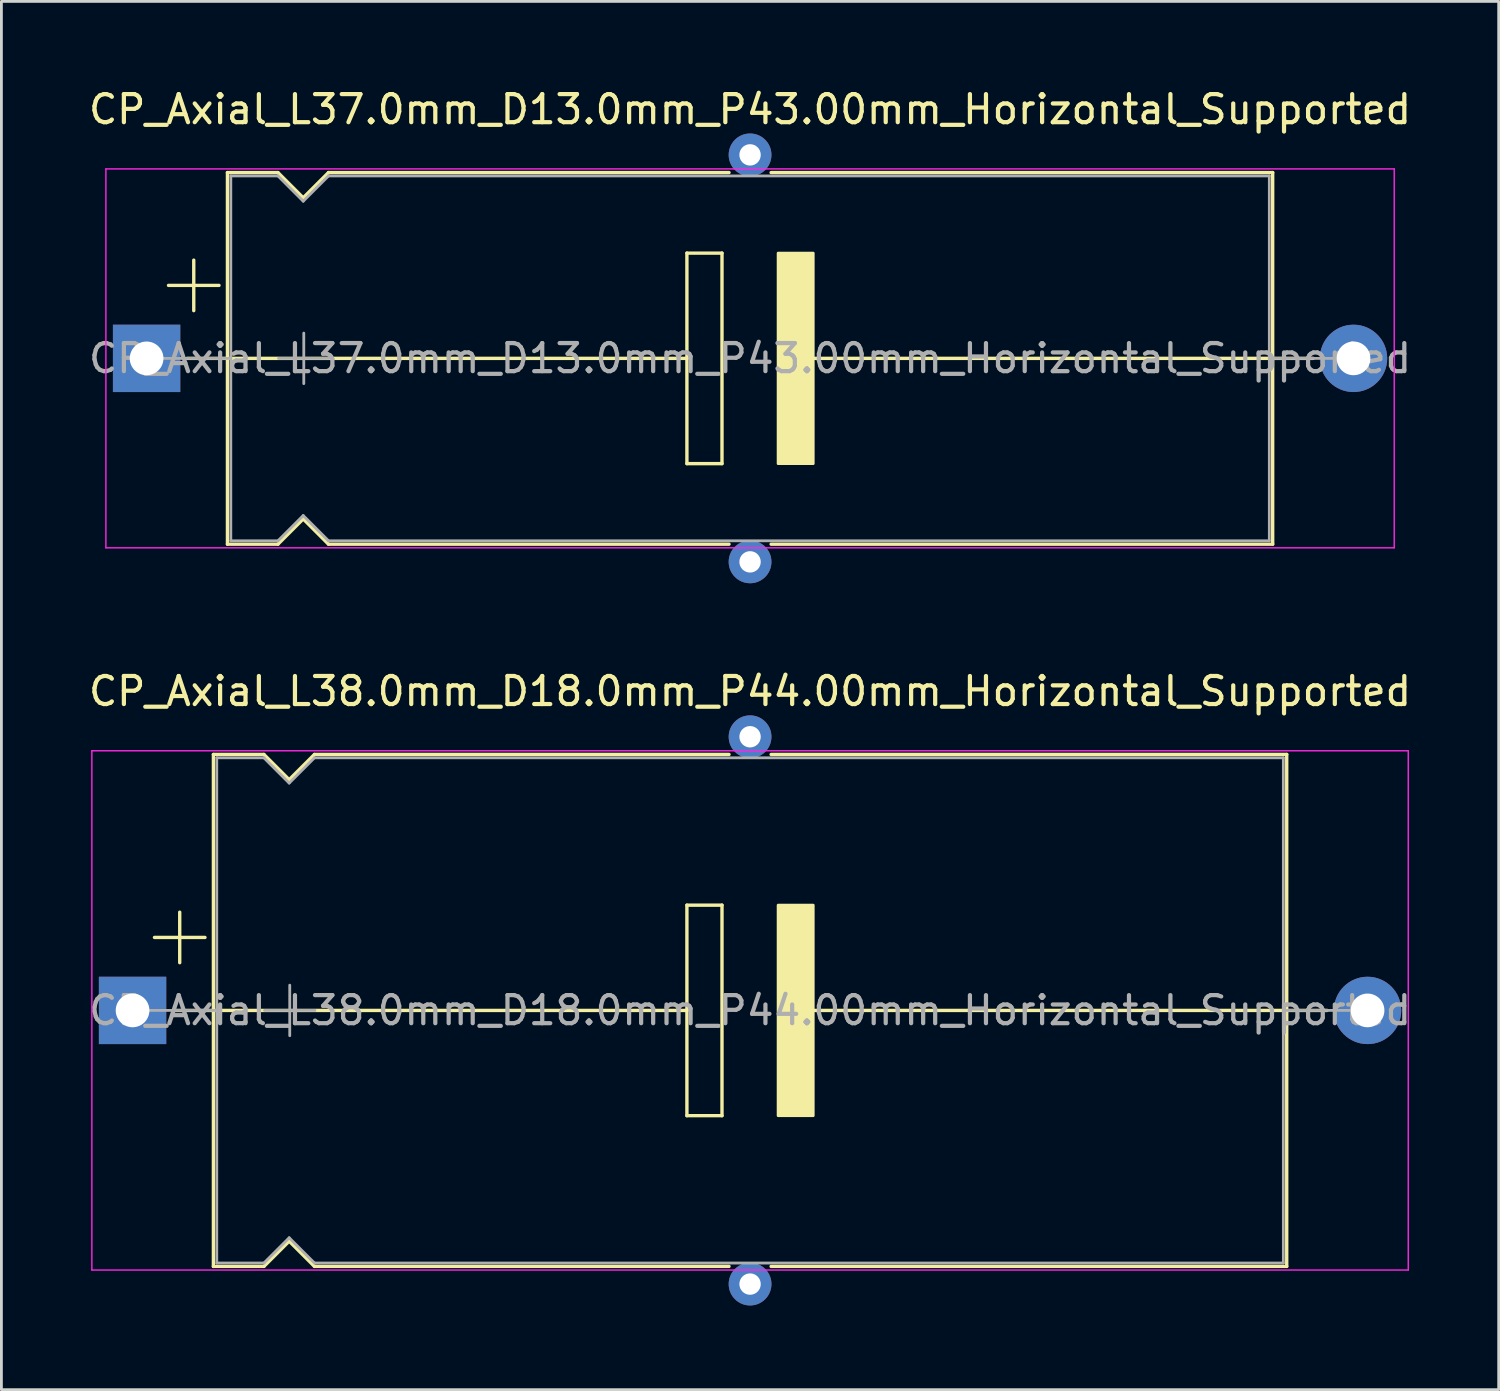
<source format=kicad_pcb>
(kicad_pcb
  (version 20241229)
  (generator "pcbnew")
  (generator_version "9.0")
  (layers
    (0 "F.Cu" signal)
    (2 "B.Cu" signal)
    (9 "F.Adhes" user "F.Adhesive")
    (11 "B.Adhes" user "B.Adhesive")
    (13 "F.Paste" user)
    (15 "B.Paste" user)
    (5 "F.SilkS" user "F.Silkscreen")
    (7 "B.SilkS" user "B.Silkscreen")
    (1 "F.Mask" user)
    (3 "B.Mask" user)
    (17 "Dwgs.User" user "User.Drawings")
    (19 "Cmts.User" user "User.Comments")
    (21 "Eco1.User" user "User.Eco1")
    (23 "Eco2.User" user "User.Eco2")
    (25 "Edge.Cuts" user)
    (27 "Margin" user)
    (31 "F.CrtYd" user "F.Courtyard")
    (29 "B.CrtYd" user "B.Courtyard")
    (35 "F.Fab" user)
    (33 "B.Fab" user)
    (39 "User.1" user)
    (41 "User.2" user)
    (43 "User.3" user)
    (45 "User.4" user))
  (footprint "CP_Axial_L37.0mm_D13.0mm_P43.00mm_Horizontal_Supported"
    (layer "F.Cu")
    (at 2.173 9.718)
    (property "Reference" "CP_Axial_L37.0mm_D13.0mm_P43.00mm_Horizontal_Supported" (at 21.5 -8.87 0) (layer "F.SilkS") (effects (font (size 1 1) (thickness 0.15))))
    (attr through_hole)
    (fp_line (start 0.78 -2.6) (end 2.58 -2.6) (stroke (width 0.12) (type solid)) (layer "F.SilkS"))
    (fp_line (start 1.44 0) (end 2.88 0) (stroke (width 0.12) (type solid)) (layer "F.SilkS"))
    (fp_line (start 1.68 -3.5) (end 1.68 -1.7) (stroke (width 0.12) (type solid)) (layer "F.SilkS"))
    (fp_line (start 2.88 -6.62) (end 2.88 6.62) (stroke (width 0.12) (type solid)) (layer "F.SilkS"))
    (fp_line (start 2.88 -6.62) (end 4.68 -6.62) (stroke (width 0.12) (type solid)) (layer "F.SilkS"))
    (fp_line (start 2.88 0) (end 19.25 0) (stroke (width 0.12) (type solid)) (layer "F.SilkS"))
    (fp_line (start 2.88 6.62) (end 4.68 6.62) (stroke (width 0.12) (type solid)) (layer "F.SilkS"))
    (fp_line (start 4.68 -6.62) (end 5.58 -5.72) (stroke (width 0.12) (type solid)) (layer "F.SilkS"))
    (fp_line (start 4.68 6.62) (end 5.58 5.72) (stroke (width 0.12) (type solid)) (layer "F.SilkS"))
    (fp_line (start 5.58 -5.72) (end 6.48 -6.62) (stroke (width 0.12) (type solid)) (layer "F.SilkS"))
    (fp_line (start 5.58 5.72) (end 6.48 6.62) (stroke (width 0.12) (type solid)) (layer "F.SilkS"))
    (fp_line (start 6.48 -6.62) (end 20.75 -6.62) (stroke (width 0.12) (type solid)) (layer "F.SilkS"))
    (fp_line (start 6.48 6.62) (end 20.75 6.62) (stroke (width 0.12) (type solid)) (layer "F.SilkS"))
    (fp_line (start 19.25 -3.75) (end 20.5 -3.75) (stroke (width 0.12) (type solid)) (layer "F.SilkS"))
    (fp_line (start 19.25 0) (end 19.25 -3.75) (stroke (width 0.12) (type solid)) (layer "F.SilkS"))
    (fp_line (start 19.25 3.75) (end 19.25 0) (stroke (width 0.12) (type solid)) (layer "F.SilkS"))
    (fp_line (start 20.5 -3.75) (end 20.5 3.75) (stroke (width 0.12) (type solid)) (layer "F.SilkS"))
    (fp_line (start 20.5 3.75) (end 19.25 3.75) (stroke (width 0.12) (type solid)) (layer "F.SilkS"))
    (fp_line (start 22.25 -6.62) (end 40.12 -6.62) (stroke (width 0.12) (type solid)) (layer "F.SilkS"))
    (fp_line (start 22.25 6.62) (end 40.12 6.62) (stroke (width 0.12) (type solid)) (layer "F.SilkS"))
    (fp_line (start 23.75 0) (end 40.132 0) (stroke (width 0.12) (type solid)) (layer "F.SilkS"))
    (fp_line (start 40.12 -6.62) (end 40.12 6.62) (stroke (width 0.12) (type solid)) (layer "F.SilkS"))
    (fp_line (start 41.56 0) (end 40.12 0) (stroke (width 0.12) (type solid)) (layer "F.SilkS"))
    (fp_poly (pts (xy 23.75 3.75) (xy 22.5 3.75) (xy 22.5 -3.75) (xy 23.75 -3.75)) (stroke (width 0.1) (type solid)) (fill yes) (layer "F.SilkS"))
    (fp_line (start -1.45 -6.75) (end -1.45 6.75) (stroke (width 0.05) (type solid)) (layer "F.CrtYd"))
    (fp_line (start -1.45 6.75) (end 44.45 6.75) (stroke (width 0.05) (type solid)) (layer "F.CrtYd"))
    (fp_line (start 44.45 -6.75) (end -1.45 -6.75) (stroke (width 0.05) (type solid)) (layer "F.CrtYd"))
    (fp_line (start 44.45 6.75) (end 44.45 -6.75) (stroke (width 0.05) (type solid)) (layer "F.CrtYd"))
    (fp_line (start 0 0) (end 3 0) (stroke (width 0.1) (type solid)) (layer "F.Fab"))
    (fp_line (start 3 -6.5) (end 3 6.5) (stroke (width 0.1) (type solid)) (layer "F.Fab"))
    (fp_line (start 3 -6.5) (end 4.68 -6.5) (stroke (width 0.1) (type solid)) (layer "F.Fab"))
    (fp_line (start 3 6.5) (end 4.68 6.5) (stroke (width 0.1) (type solid)) (layer "F.Fab"))
    (fp_line (start 4.68 -6.5) (end 5.58 -5.6) (stroke (width 0.1) (type solid)) (layer "F.Fab"))
    (fp_line (start 4.68 6.5) (end 5.58 5.6) (stroke (width 0.1) (type solid)) (layer "F.Fab"))
    (fp_line (start 4.7 0) (end 6.5 0) (stroke (width 0.1) (type solid)) (layer "F.Fab"))
    (fp_line (start 5.58 -5.6) (end 6.48 -6.5) (stroke (width 0.1) (type solid)) (layer "F.Fab"))
    (fp_line (start 5.58 5.6) (end 6.48 6.5) (stroke (width 0.1) (type solid)) (layer "F.Fab"))
    (fp_line (start 5.6 -0.9) (end 5.6 0.9) (stroke (width 0.1) (type solid)) (layer "F.Fab"))
    (fp_line (start 6.48 -6.5) (end 40 -6.5) (stroke (width 0.1) (type solid)) (layer "F.Fab"))
    (fp_line (start 6.48 6.5) (end 40 6.5) (stroke (width 0.1) (type solid)) (layer "F.Fab"))
    (fp_line (start 40 -6.5) (end 40 6.5) (stroke (width 0.1) (type solid)) (layer "F.Fab"))
    (fp_line (start 43 0) (end 40 0) (stroke (width 0.1) (type solid)) (layer "F.Fab"))
    (fp_text user "${REFERENCE}" (at 21.5 0 0) (layer "F.Fab") (effects (font (size 1 1) (thickness 0.15))))
    (pad "" thru_hole circle (at 21.5 -7.25) (size 1.524 1.524) (drill 0.762) (layers "*.Cu" "*.Mask"))
    (pad "" thru_hole circle (at 21.5 7.25) (size 1.524 1.524) (drill 0.762) (layers "*.Cu" "*.Mask"))
    (pad "1" thru_hole rect (at 0 0) (size 2.4 2.4) (drill 1.2) (layers "*.Cu" "*.Mask"))
    (pad "2" thru_hole oval (at 43 0) (size 2.4 2.4) (drill 1.2) (layers "*.Cu" "*.Mask")))
  (footprint "CP_Axial_L38.0mm_D18.0mm_P44.00mm_Horizontal_Supported"
    (layer "F.Cu")
    (at 1.673 32.949)
    (property "Reference" "CP_Axial_L38.0mm_D18.0mm_P44.00mm_Horizontal_Supported" (at 22 -11.37 0) (layer "F.SilkS") (effects (font (size 1 1) (thickness 0.15))))
    (attr through_hole)
    (fp_line (start 0.78 -2.6) (end 2.58 -2.6) (stroke (width 0.12) (type solid)) (layer "F.SilkS"))
    (fp_line (start 1.44 0) (end 2.88 0) (stroke (width 0.12) (type solid)) (layer "F.SilkS"))
    (fp_line (start 1.68 -3.5) (end 1.68 -1.7) (stroke (width 0.12) (type solid)) (layer "F.SilkS"))
    (fp_line (start 2.88 -9.12) (end 2.88 9.12) (stroke (width 0.12) (type solid)) (layer "F.SilkS"))
    (fp_line (start 2.88 -9.12) (end 4.68 -9.12) (stroke (width 0.12) (type solid)) (layer "F.SilkS"))
    (fp_line (start 2.88 0) (end 19.75 0) (stroke (width 0.12) (type solid)) (layer "F.SilkS"))
    (fp_line (start 2.88 9.12) (end 4.68 9.12) (stroke (width 0.12) (type solid)) (layer "F.SilkS"))
    (fp_line (start 4.68 -9.12) (end 5.58 -8.22) (stroke (width 0.12) (type solid)) (layer "F.SilkS"))
    (fp_line (start 4.68 9.12) (end 5.58 8.22) (stroke (width 0.12) (type solid)) (layer "F.SilkS"))
    (fp_line (start 5.58 -8.22) (end 6.48 -9.12) (stroke (width 0.12) (type solid)) (layer "F.SilkS"))
    (fp_line (start 5.58 8.22) (end 6.48 9.12) (stroke (width 0.12) (type solid)) (layer "F.SilkS"))
    (fp_line (start 6.48 -9.12) (end 21.25 -9.12) (stroke (width 0.12) (type solid)) (layer "F.SilkS"))
    (fp_line (start 6.48 9.12) (end 21.25 9.12) (stroke (width 0.12) (type solid)) (layer "F.SilkS"))
    (fp_line (start 19.75 -3.75) (end 21 -3.75) (stroke (width 0.12) (type solid)) (layer "F.SilkS"))
    (fp_line (start 19.75 0) (end 19.75 -3.75) (stroke (width 0.12) (type solid)) (layer "F.SilkS"))
    (fp_line (start 19.75 3.75) (end 19.75 0) (stroke (width 0.12) (type solid)) (layer "F.SilkS"))
    (fp_line (start 21 -3.75) (end 21 3.75) (stroke (width 0.12) (type solid)) (layer "F.SilkS"))
    (fp_line (start 21 3.75) (end 19.75 3.75) (stroke (width 0.12) (type solid)) (layer "F.SilkS"))
    (fp_line (start 22.75 -9.12) (end 41.12 -9.12) (stroke (width 0.12) (type solid)) (layer "F.SilkS"))
    (fp_line (start 22.75 9.12) (end 41.12 9.12) (stroke (width 0.12) (type solid)) (layer "F.SilkS"))
    (fp_line (start 24.25 0) (end 41.12 0) (stroke (width 0.12) (type solid)) (layer "F.SilkS"))
    (fp_line (start 41.12 -9.12) (end 41.12 9.12) (stroke (width 0.12) (type solid)) (layer "F.SilkS"))
    (fp_line (start 42.56 0) (end 41.12 0) (stroke (width 0.12) (type solid)) (layer "F.SilkS"))
    (fp_poly (pts (xy 24.25 3.75) (xy 23 3.75) (xy 23 -3.75) (xy 24.25 -3.75)) (stroke (width 0.1) (type solid)) (fill yes) (layer "F.SilkS"))
    (fp_line (start -1.45 -9.25) (end -1.45 9.25) (stroke (width 0.05) (type solid)) (layer "F.CrtYd"))
    (fp_line (start -1.45 9.25) (end 45.45 9.25) (stroke (width 0.05) (type solid)) (layer "F.CrtYd"))
    (fp_line (start 45.45 -9.25) (end -1.45 -9.25) (stroke (width 0.05) (type solid)) (layer "F.CrtYd"))
    (fp_line (start 45.45 9.25) (end 45.45 -9.25) (stroke (width 0.05) (type solid)) (layer "F.CrtYd"))
    (fp_line (start 0 0) (end 3 0) (stroke (width 0.1) (type solid)) (layer "F.Fab"))
    (fp_line (start 3 -9) (end 3 9) (stroke (width 0.1) (type solid)) (layer "F.Fab"))
    (fp_line (start 3 -9) (end 4.68 -9) (stroke (width 0.1) (type solid)) (layer "F.Fab"))
    (fp_line (start 3 9) (end 4.68 9) (stroke (width 0.1) (type solid)) (layer "F.Fab"))
    (fp_line (start 4.68 -9) (end 5.58 -8.1) (stroke (width 0.1) (type solid)) (layer "F.Fab"))
    (fp_line (start 4.68 9) (end 5.58 8.1) (stroke (width 0.1) (type solid)) (layer "F.Fab"))
    (fp_line (start 4.7 0) (end 6.5 0) (stroke (width 0.1) (type solid)) (layer "F.Fab"))
    (fp_line (start 5.58 -8.1) (end 6.48 -9) (stroke (width 0.1) (type solid)) (layer "F.Fab"))
    (fp_line (start 5.58 8.1) (end 6.48 9) (stroke (width 0.1) (type solid)) (layer "F.Fab"))
    (fp_line (start 5.6 -0.9) (end 5.6 0.9) (stroke (width 0.1) (type solid)) (layer "F.Fab"))
    (fp_line (start 6.48 -9) (end 41 -9) (stroke (width 0.1) (type solid)) (layer "F.Fab"))
    (fp_line (start 6.48 9) (end 41 9) (stroke (width 0.1) (type solid)) (layer "F.Fab"))
    (fp_line (start 41 -9) (end 41 9) (stroke (width 0.1) (type solid)) (layer "F.Fab"))
    (fp_line (start 44 0) (end 41 0) (stroke (width 0.1) (type solid)) (layer "F.Fab"))
    (fp_text user "${REFERENCE}" (at 22 0 0) (layer "F.Fab") (effects (font (size 1 1) (thickness 0.15))))
    (pad "" thru_hole circle (at 22 -9.75) (size 1.524 1.524) (drill 0.762) (layers "*.Cu" "*.Mask"))
    (pad "" thru_hole circle (at 22 9.75) (size 1.524 1.524) (drill 0.762) (layers "*.Cu" "*.Mask"))
    (pad "1" thru_hole rect (at 0 0) (size 2.4 2.4) (drill 1.2) (layers "*.Cu" "*.Mask"))
    (pad "2" thru_hole oval (at 44 0) (size 2.4 2.4) (drill 1.2) (layers "*.Cu" "*.Mask")))
  (gr_rect
    (start -3 -3)
    (end 50.345 46.461)
    (stroke (width 0.1) (type default))
    (fill no)
    (layer "Edge.Cuts")))
</source>
